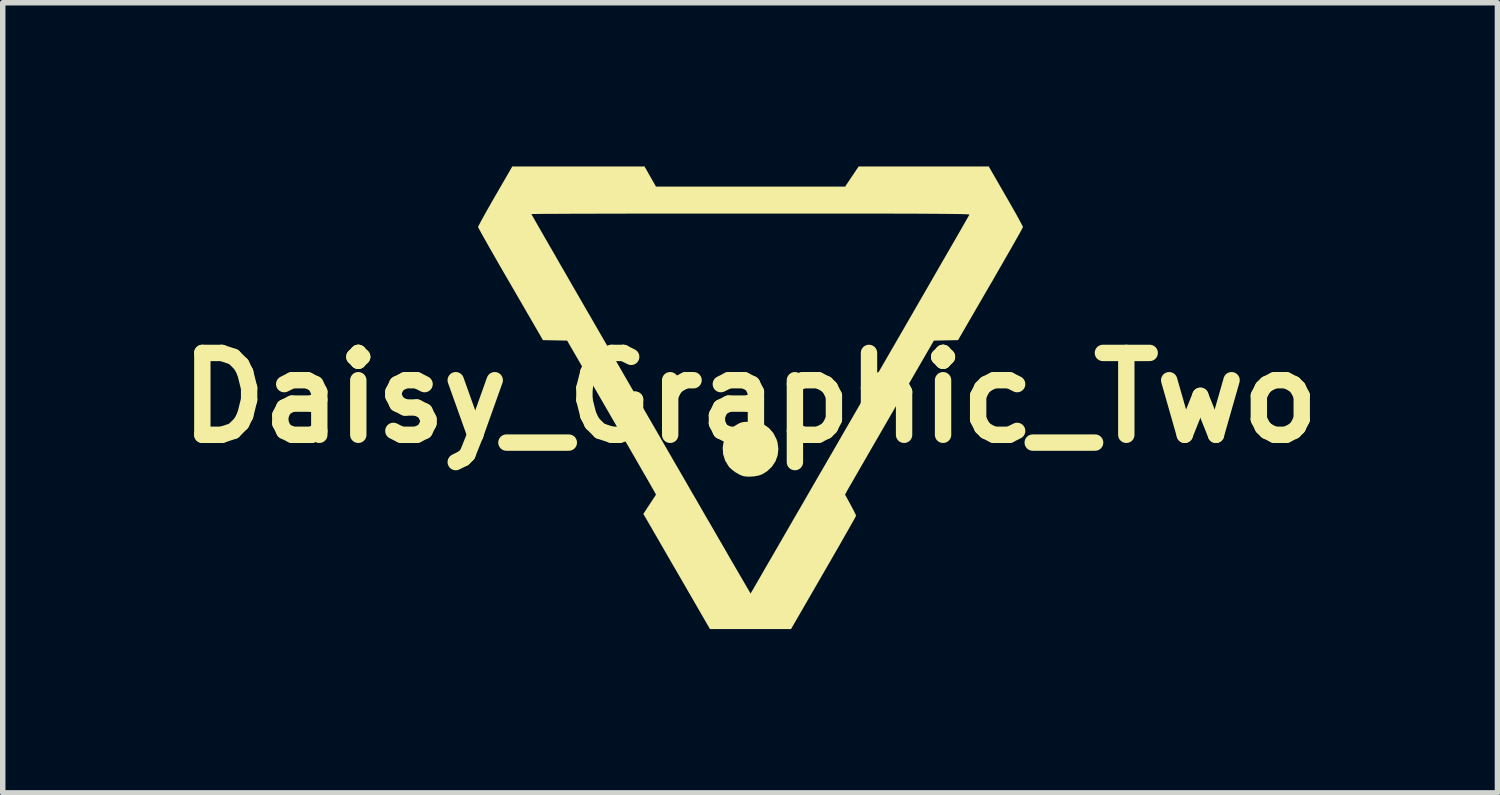
<source format=kicad_pcb>
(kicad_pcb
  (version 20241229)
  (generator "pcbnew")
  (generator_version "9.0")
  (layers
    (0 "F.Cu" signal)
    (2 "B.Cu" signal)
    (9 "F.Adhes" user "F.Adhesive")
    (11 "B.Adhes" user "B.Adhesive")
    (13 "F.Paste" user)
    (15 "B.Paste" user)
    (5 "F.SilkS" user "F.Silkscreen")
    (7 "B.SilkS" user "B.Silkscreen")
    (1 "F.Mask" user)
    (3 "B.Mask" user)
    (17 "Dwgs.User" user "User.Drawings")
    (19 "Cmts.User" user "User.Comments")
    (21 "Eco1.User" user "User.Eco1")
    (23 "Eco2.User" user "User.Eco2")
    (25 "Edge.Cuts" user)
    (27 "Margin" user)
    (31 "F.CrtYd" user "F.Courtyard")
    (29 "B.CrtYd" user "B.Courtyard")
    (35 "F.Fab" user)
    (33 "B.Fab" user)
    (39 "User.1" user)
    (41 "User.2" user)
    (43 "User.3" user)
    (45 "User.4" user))
  (footprint "Daisy_Graphic_Two"
    (layer "F.Cu")
    (at 10.693 4.238)
    (property "Reference" "Daisy_Graphic_Two" (at 0 0 0) (layer "F.SilkS") (effects (font (size 1.5 1.5) (thickness 0.3))))
    (attr board_only exclude_from_pos_files exclude_from_bom)
    (fp_poly (pts (xy 0.082 0.44) (xy 0.135 0.444) (xy 0.175 0.452) (xy 0.211 0.466) (xy 0.239 0.48) (xy 0.344 0.553) (xy 0.425 0.645) (xy 0.483 0.757) (xy 0.503 0.819) (xy 0.518 0.939) (xy 0.505 1.056) (xy 0.465 1.165) (xy 0.399 1.264) (xy 0.31 1.348) (xy 0.221 1.402) (xy 0.153 1.426) (xy 0.067 1.441) (xy -0.022 1.446) (xy -0.103 1.44) (xy -0.137 1.432) (xy -0.2 1.405) (xy -0.27 1.364) (xy -0.335 1.315) (xy -0.385 1.268) (xy -0.391 1.26) (xy -0.457 1.151) (xy -0.494 1.034) (xy -0.502 0.914) (xy -0.487 0.82) (xy -0.442 0.698) (xy -0.372 0.596) (xy -0.279 0.514) (xy -0.223 0.48) (xy -0.184 0.461) (xy -0.147 0.449) (xy -0.104 0.442) (xy -0.045 0.44) (xy 0.008 0.439)) (stroke (width 0) (type solid)) (fill yes) (layer "F.SilkS"))
    (fp_poly (pts (xy 4.686 -3.695) (xy 4.754 -3.577) (xy 4.817 -3.466) (xy 4.874 -3.366) (xy 4.921 -3.28) (xy 4.959 -3.21) (xy 4.985 -3.16) (xy 4.998 -3.133) (xy 4.999 -3.129) (xy 4.992 -3.112) (xy 4.97 -3.071) (xy 4.935 -3.007) (xy 4.887 -2.923) (xy 4.83 -2.821) (xy 4.762 -2.702) (xy 4.686 -2.57) (xy 4.603 -2.425) (xy 4.514 -2.271) (xy 4.421 -2.108) (xy 4.404 -2.081) (xy 3.81 -1.056) (xy 3.589 -1.052) (xy 3.367 -1.047) (xy 2.581 0.311) (xy 2.472 0.5) (xy 2.367 0.682) (xy 2.266 0.856) (xy 2.172 1.019) (xy 2.085 1.17) (xy 2.006 1.307) (xy 1.937 1.427) (xy 1.878 1.53) (xy 1.83 1.612) (xy 1.795 1.673) (xy 1.774 1.711) (xy 1.768 1.722) (xy 1.74 1.774) (xy 1.841 1.959) (xy 1.878 2.028) (xy 1.909 2.088) (xy 1.931 2.133) (xy 1.941 2.158) (xy 1.942 2.16) (xy 1.934 2.176) (xy 1.913 2.216) (xy 1.878 2.279) (xy 1.831 2.362) (xy 1.773 2.463) (xy 1.706 2.581) (xy 1.631 2.713) (xy 1.548 2.857) (xy 1.459 3.012) (xy 1.365 3.174) (xy 1.346 3.207) (xy 0.75 4.238) (xy 0.008 4.238) (xy -0.735 4.238) (xy -1.218 3.402) (xy -1.307 3.248) (xy -1.396 3.095) (xy -1.481 2.948) (xy -1.562 2.808) (xy -1.636 2.68) (xy -1.701 2.567) (xy -1.757 2.471) (xy -1.8 2.395) (xy -1.828 2.347) (xy -1.956 2.128) (xy -1.84 1.951) (xy -1.724 1.775) (xy -1.752 1.722) (xy -1.764 1.701) (xy -1.79 1.656) (xy -1.829 1.588) (xy -1.88 1.498) (xy -1.943 1.39) (xy -2.015 1.264) (xy -2.097 1.122) (xy -2.186 0.967) (xy -2.283 0.8) (xy -2.385 0.624) (xy -2.492 0.439) (xy -2.566 0.311) (xy -3.352 -1.047) (xy -3.574 -1.052) (xy -3.795 -1.056) (xy -4.389 -2.081) (xy -4.484 -2.244) (xy -4.574 -2.4) (xy -4.658 -2.546) (xy -4.735 -2.681) (xy -4.804 -2.802) (xy -4.863 -2.907) (xy -4.912 -2.994) (xy -4.949 -3.062) (xy -4.974 -3.107) (xy -4.984 -3.128) (xy -4.984 -3.129) (xy -4.977 -3.147) (xy -4.955 -3.188) (xy -4.922 -3.251) (xy -4.878 -3.331) (xy -4.858 -3.366) (xy -4.007 -3.366) (xy -4 -3.352) (xy -3.977 -3.313) (xy -3.941 -3.249) (xy -3.892 -3.164) (xy -3.831 -3.057) (xy -3.758 -2.93) (xy -3.674 -2.784) (xy -3.58 -2.622) (xy -3.478 -2.443) (xy -3.366 -2.25) (xy -3.248 -2.044) (xy -3.122 -1.826) (xy -2.99 -1.598) (xy -2.853 -1.361) (xy -2.711 -1.115) (xy -2.566 -0.864) (xy -2.418 -0.607) (xy -2.268 -0.347) (xy -2.116 -0.084) (xy -1.964 0.179) (xy -1.811 0.443) (xy -1.66 0.704) (xy -1.511 0.963) (xy -1.364 1.217) (xy -1.22 1.465) (xy -1.081 1.707) (xy -0.946 1.939) (xy -0.817 2.163) (xy -0.694 2.374) (xy -0.579 2.574) (xy -0.471 2.759) (xy -0.373 2.93) (xy -0.284 3.083) (xy -0.205 3.219) (xy -0.137 3.336) (xy -0.081 3.432) (xy -0.038 3.506) (xy -0.008 3.557) (xy 0.007 3.583) (xy 0.01 3.586) (xy 0.017 3.573) (xy 0.04 3.534) (xy 0.077 3.47) (xy 0.127 3.384) (xy 0.19 3.275) (xy 0.265 3.144) (xy 0.352 2.994) (xy 0.45 2.825) (xy 0.558 2.638) (xy 0.676 2.434) (xy 0.802 2.215) (xy 0.938 1.982) (xy 1.08 1.735) (xy 1.23 1.475) (xy 1.387 1.205) (xy 1.549 0.925) (xy 1.716 0.635) (xy 1.888 0.338) (xy 2.011 0.125) (xy 2.186 -0.177) (xy 2.356 -0.473) (xy 2.522 -0.76) (xy 2.683 -1.038) (xy 2.838 -1.306) (xy 2.986 -1.563) (xy 3.127 -1.807) (xy 3.26 -2.037) (xy 3.384 -2.253) (xy 3.499 -2.453) (xy 3.605 -2.636) (xy 3.7 -2.8) (xy 3.784 -2.946) (xy 3.856 -3.071) (xy 3.916 -3.175) (xy 3.962 -3.257) (xy 3.995 -3.314) (xy 4.014 -3.347) (xy 4.018 -3.355) (xy 4.015 -3.357) (xy 4.003 -3.359) (xy 3.982 -3.361) (xy 3.949 -3.363) (xy 3.905 -3.364) (xy 3.849 -3.366) (xy 3.778 -3.367) (xy 3.693 -3.368) (xy 3.592 -3.369) (xy 3.475 -3.37) (xy 3.339 -3.371) (xy 3.185 -3.372) (xy 3.011 -3.373) (xy 2.816 -3.373) (xy 2.599 -3.374) (xy 2.359 -3.374) (xy 2.096 -3.375) (xy 1.807 -3.375) (xy 1.493 -3.375) (xy 1.152 -3.375) (xy 0.783 -3.375) (xy 0.385 -3.375) (xy 0.009 -3.375) (xy -0.34 -3.375) (xy -0.682 -3.375) (xy -1.014 -3.375) (xy -1.336 -3.375) (xy -1.645 -3.374) (xy -1.941 -3.374) (xy -2.223 -3.374) (xy -2.489 -3.373) (xy -2.738 -3.373) (xy -2.968 -3.372) (xy -3.179 -3.372) (xy -3.369 -3.371) (xy -3.537 -3.37) (xy -3.681 -3.369) (xy -3.801 -3.369) (xy -3.895 -3.368) (xy -3.961 -3.367) (xy -3.999 -3.366) (xy -4.007 -3.366) (xy -4.858 -3.366) (xy -4.825 -3.426) (xy -4.764 -3.533) (xy -4.698 -3.649) (xy -4.671 -3.695) (xy -4.357 -4.238) (xy -3.146 -4.238) (xy -1.934 -4.238) (xy -1.829 -4.053) (xy -1.724 -3.869) (xy 0.008 -3.869) (xy 1.741 -3.869) (xy 1.865 -4.054) (xy 1.989 -4.238) (xy 3.181 -4.238) (xy 4.373 -4.238)) (stroke (width 0) (type solid)) (fill yes) (layer "F.SilkS")))
  (gr_rect
    (start -3 -3)
    (end 24.386 11.477)
    (stroke (width 0.1) (type default))
    (fill no)
    (layer "Edge.Cuts")))
</source>
